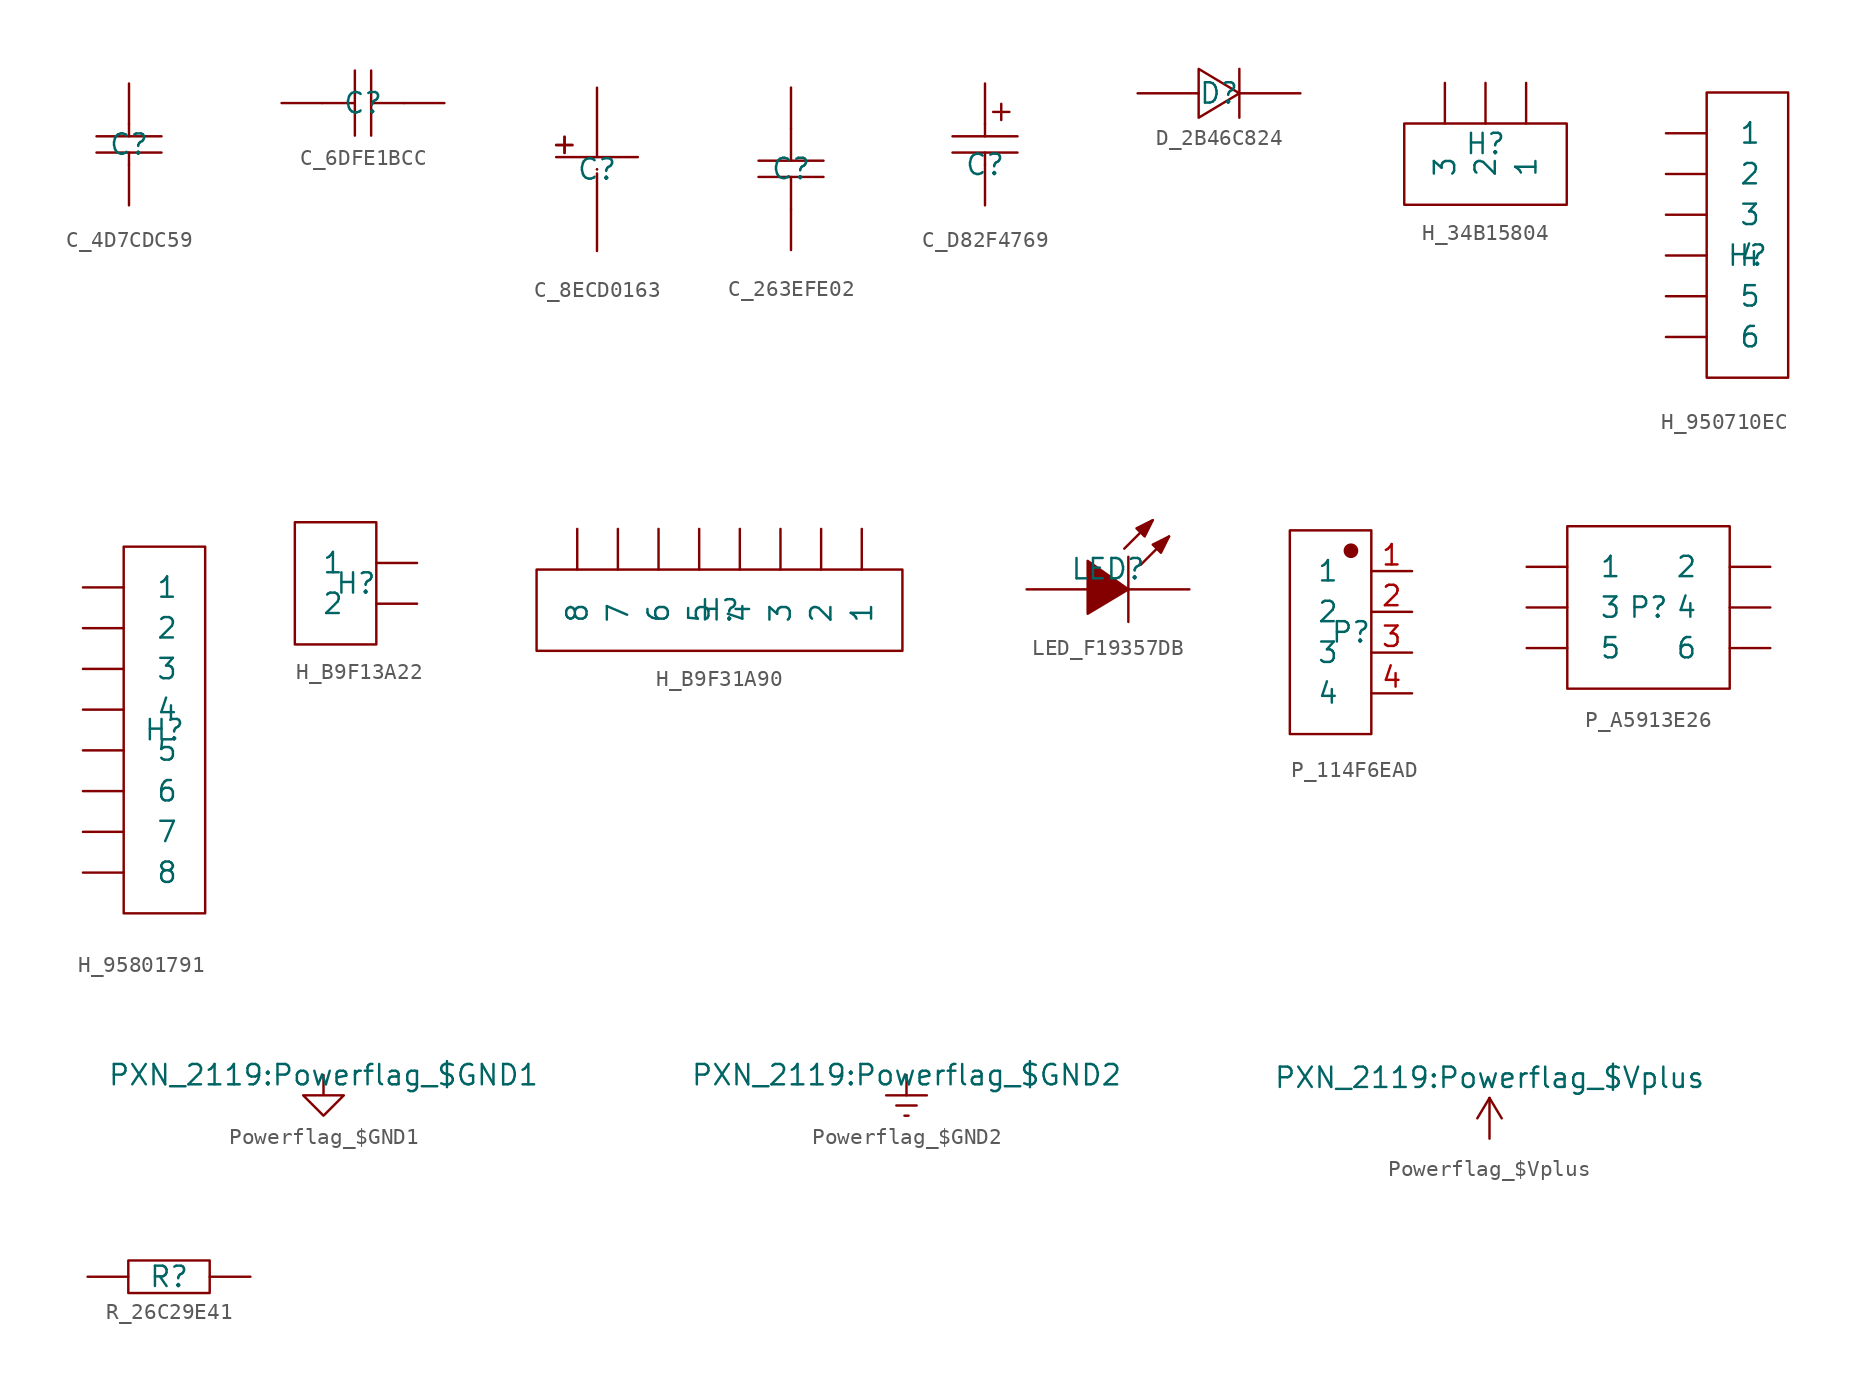
<source format=kicad_sym>
(kicad_symbol_lib
  (version 20211014)
  (generator kicad_symbol_editor)
  (symbol "C_4D7CDC59"
    (pin_numbers hide)
    (pin_names
      (offset 2) hide)
    (property "Reference" "C"
      (at 0 0 0)
      (effects (font (size 1.27 1.27))))
    (property "Value" ""
      (at 0 0 0)
      (effects (font (size 1.27 1.27))))
    (symbol "C_4D7CDC59_0_1"
      (polyline (pts (xy -2.032 -0.508) (xy 2.032 -0.508)) (stroke (width 0) (type default) (color 0 0 0 0)) (fill (type none)))
      (polyline (pts (xy -2.032 0.508) (xy 2.032 0.508)) (stroke (width 0) (type default) (color 0 0 0 0)) (fill (type none)))
      (polyline (pts (xy 0 -1.27) (xy 0 -0.508)) (stroke (width 0) (type default) (color 0 0 0 0)) (fill (type none)))
      (polyline (pts (xy 0 0.508) (xy 0 1.27)) (stroke (width 0) (type default) (color 0 0 0 0)) (fill (type none))))
    (symbol "C_4D7CDC59_1_1"
      (pin input line (at 0 -3.81 90) (length 2.54) (name "1" (effects (font (size 1.27 1.27)))) (number "1" (effects (font (size 1.27 1.27)))))
      (pin input line (at 0 3.81 270) (length 2.54) (name "2" (effects (font (size 1.27 1.27)))) (number "2" (effects (font (size 1.27 1.27)))))))
  (symbol "C_6DFE1BCC"
    (pin_numbers hide)
    (pin_names
      (offset 2) hide)
    (property "Reference" "C"
      (at 0 0 0)
      (effects (font (size 1.27 1.27))))
    (property "Value" ""
      (at 0 0 0)
      (effects (font (size 1.27 1.27))))
    (symbol "C_6DFE1BCC_0_1"
      (polyline (pts (xy -0.508 -2.032) (xy -0.508 2.032)) (stroke (width 0) (type default) (color 0 0 0 0)) (fill (type none)))
      (polyline (pts (xy -0.508 0) (xy -2.54 0)) (stroke (width 0) (type default) (color 0 0 0 0)) (fill (type none)))
      (polyline (pts (xy 0.508 2.032) (xy 0.508 -2.032)) (stroke (width 0) (type default) (color 0 0 0 0)) (fill (type none)))
      (polyline (pts (xy 2.54 0) (xy 0.508 0)) (stroke (width 0) (type default) (color 0 0 0 0)) (fill (type none))))
    (symbol "C_6DFE1BCC_1_1"
      (pin passive line (at -5.08 0 0) (length 2.54) (name "1" (effects (font (size 1.27 1.27)))) (number "1" (effects (font (size 1.27 1.27)))))
      (pin passive line (at 5.08 0 180) (length 2.54) (name "2" (effects (font (size 1.27 1.27)))) (number "2" (effects (font (size 1.27 1.27)))))))
  (symbol "C_8ECD0163"
    (pin_numbers hide)
    (pin_names
      (offset 2) hide)
    (property "Reference" "C"
      (at 0 0 0)
      (effects (font (size 1.27 1.27))))
    (property "Value" ""
      (at 0 0 0)
      (effects (font (size 1.27 1.27))))
    (symbol "C_8ECD0163_0_1"
      (rectangle (start -2.54 1.524) (end -1.524 1.499) (stroke (width 0) (type default) (color 0 0 0 0)) (fill (type outline)))
      (rectangle (start -2.032 2.032) (end -2.007 1.016) (stroke (width 0) (type default) (color 0 0 0 0)) (fill (type outline)))
      (arc (start 0 0) (mid 0 0) (end 0 0) (stroke (width 0) (type default) (color 0 0 0 0)) (fill (type none)))
      (arc (start 0 0) (mid 0 0) (end 0 0) (stroke (width 0) (type default) (color 0 0 0 0)) (fill (type none)))
      (polyline (pts (xy -2.54 0.762) (xy 2.54 0.762)) (stroke (width 0) (type default) (color 0 0 0 0)) (fill (type none))))
    (symbol "C_8ECD0163_1_1"
      (pin passive line (at 0 5.08 270) (length 4.318) (name "1" (effects (font (size 1.27 1.27)))) (number "1" (effects (font (size 1.27 1.27)))))
      (pin passive line (at 0 -5.08 90) (length 4.826) (name "2" (effects (font (size 1.27 1.27)))) (number "2" (effects (font (size 1.27 1.27)))))))
  (symbol "C_263EFE02"
    (pin_numbers hide)
    (pin_names
      (offset 2) hide)
    (property "Reference" "C"
      (at 0 0 0)
      (effects (font (size 1.27 1.27))))
    (property "Value" ""
      (at 0 0 0)
      (effects (font (size 1.27 1.27))))
    (symbol "C_263EFE02_0_1"
      (polyline (pts (xy -2.032 0.508) (xy 2.032 0.508)) (stroke (width 0) (type default) (color 0 0 0 0)) (fill (type none)))
      (polyline (pts (xy 0 -0.508) (xy 0 -2.54)) (stroke (width 0) (type default) (color 0 0 0 0)) (fill (type none)))
      (polyline (pts (xy 0 2.54) (xy 0 0.508)) (stroke (width 0) (type default) (color 0 0 0 0)) (fill (type none)))
      (polyline (pts (xy 2.032 -0.508) (xy -2.032 -0.508)) (stroke (width 0) (type default) (color 0 0 0 0)) (fill (type none))))
    (symbol "C_263EFE02_1_1"
      (pin passive line (at 0 -5.08 90) (length 2.54) (name "1" (effects (font (size 1.27 1.27)))) (number "1" (effects (font (size 1.27 1.27)))))
      (pin passive line (at 0 5.08 270) (length 2.54) (name "2" (effects (font (size 1.27 1.27)))) (number "2" (effects (font (size 1.27 1.27)))))))
  (symbol "C_D82F4769"
    (pin_numbers hide)
    (pin_names
      (offset 2) hide)
    (property "Reference" "C"
      (at 0 0 0)
      (effects (font (size 1.27 1.27))))
    (property "Value" ""
      (at 0 0 0)
      (effects (font (size 1.27 1.27))))
    (symbol "C_D82F4769_0_1"
      (polyline (pts (xy 0 0.762) (xy 0 0)) (stroke (width 0) (type default) (color 0 0 0 0)) (fill (type none)))
      (polyline (pts (xy 0 2.54) (xy 0 1.778)) (stroke (width 0) (type default) (color 0 0 0 0)) (fill (type none)))
      (polyline (pts (xy 1.016 3.81) (xy 1.016 2.794)) (stroke (width 0) (type default) (color 0 0 0 0)) (fill (type none)))
      (polyline (pts (xy 1.524 3.302) (xy 0.508 3.302)) (stroke (width 0) (type default) (color 0 0 0 0)) (fill (type none)))
      (polyline (pts (xy 2.032 0.762) (xy -2.032 0.762)) (stroke (width 0) (type default) (color 0 0 0 0)) (fill (type none)))
      (polyline (pts (xy 2.032 1.778) (xy -2.032 1.778)) (stroke (width 0) (type default) (color 0 0 0 0)) (fill (type none))))
    (symbol "C_D82F4769_1_1"
      (pin input line (at 0 5.08 270) (length 2.54) (name "1" (effects (font (size 1.27 1.27)))) (number "1" (effects (font (size 1.27 1.27)))))
      (pin input line (at 0 -2.54 90) (length 2.54) (name "2" (effects (font (size 1.27 1.27)))) (number "2" (effects (font (size 1.27 1.27)))))))
  (symbol "D_2B46C824"
    (pin_numbers hide)
    (pin_names
      (offset 2) hide)
    (property "Reference" "D"
      (at 0 0 0)
      (effects (font (size 1.27 1.27))))
    (property "Value" ""
      (at 0 0 0)
      (effects (font (size 1.27 1.27))))
    (symbol "D_2B46C824_0_1"
      (polyline (pts (xy 1.27 1.524) (xy 1.27 -1.524)) (stroke (width 0) (type default) (color 0 0 0 0)) (fill (type none)))
      (polyline (pts (xy -1.27 -1.524) (xy 1.27 0) (xy -1.27 1.524) (xy -1.27 -1.524)) (stroke (width 0) (type default) (color 0 0 0 0)) (fill (type none))))
    (symbol "D_2B46C824_1_1"
      (pin passive line (at -5.08 0 0) (length 3.81) (name "1" (effects (font (size 1.27 1.27)))) (number "1" (effects (font (size 1.27 1.27)))))
      (pin passive line (at 5.08 0 180) (length 3.81) (name "2" (effects (font (size 1.27 1.27)))) (number "2" (effects (font (size 1.27 1.27)))))))
  (symbol "H_34B15804"
    (pin_numbers hide)
    (pin_names
      (offset 2))
    (property "Reference" "H"
      (at 0 0 0)
      (effects (font (size 1.27 1.27))))
    (property "Value" ""
      (at 0 0 0)
      (effects (font (size 1.27 1.27))))
    (symbol "H_34B15804_0_1"
      (rectangle (start -5.08 1.27) (end 5.08 -3.81) (stroke (width 0) (type default) (color 0 0 0 0)) (fill (type none))))
    (symbol "H_34B15804_1_1"
      (pin input line (at 2.54 3.81 270) (length 2.54) (name "1" (effects (font (size 1.27 1.27)))) (number "1" (effects (font (size 1.27 1.27)))))
      (pin input line (at 0 3.81 270) (length 2.54) (name "2" (effects (font (size 1.27 1.27)))) (number "2" (effects (font (size 1.27 1.27)))))
      (pin input line (at -2.54 3.81 270) (length 2.54) (name "3" (effects (font (size 1.27 1.27)))) (number "3" (effects (font (size 1.27 1.27)))))))
  (symbol "H_950710EC"
    (pin_numbers hide)
    (pin_names
      (offset 2))
    (property "Reference" "H"
      (at 0 0 0)
      (effects (font (size 1.27 1.27))))
    (property "Value" ""
      (at 0 0 0)
      (effects (font (size 1.27 1.27))))
    (symbol "H_950710EC_0_1"
      (rectangle (start -2.54 10.16) (end 2.54 -7.62) (stroke (width 0) (type default) (color 0 0 0 0)) (fill (type none))))
    (symbol "H_950710EC_1_1"
      (pin input line (at -5.08 7.62 0) (length 2.54) (name "1" (effects (font (size 1.27 1.27)))) (number "1" (effects (font (size 1.27 1.27)))))
      (pin input line (at -5.08 5.08 0) (length 2.54) (name "2" (effects (font (size 1.27 1.27)))) (number "2" (effects (font (size 1.27 1.27)))))
      (pin input line (at -5.08 2.54 0) (length 2.54) (name "3" (effects (font (size 1.27 1.27)))) (number "3" (effects (font (size 1.27 1.27)))))
      (pin input line (at -5.08 0 0) (length 2.54) (name "4" (effects (font (size 1.27 1.27)))) (number "4" (effects (font (size 1.27 1.27)))))
      (pin input line (at -5.08 -2.54 0) (length 2.54) (name "5" (effects (font (size 1.27 1.27)))) (number "5" (effects (font (size 1.27 1.27)))))
      (pin input line (at -5.08 -5.08 0) (length 2.54) (name "6" (effects (font (size 1.27 1.27)))) (number "6" (effects (font (size 1.27 1.27)))))))
  (symbol "H_95801791"
    (pin_numbers hide)
    (pin_names
      (offset 2))
    (property "Reference" "H"
      (at 0 0 0)
      (effects (font (size 1.27 1.27))))
    (property "Value" ""
      (at 0 0 0)
      (effects (font (size 1.27 1.27))))
    (symbol "H_95801791_0_1"
      (rectangle (start -2.54 11.43) (end 2.54 -11.43) (stroke (width 0) (type default) (color 0 0 0 0)) (fill (type none))))
    (symbol "H_95801791_1_1"
      (pin passive line (at -5.08 8.89 0) (length 2.54) (name "1" (effects (font (size 1.27 1.27)))) (number "1" (effects (font (size 1.27 1.27)))))
      (pin passive line (at -5.08 6.35 0) (length 2.54) (name "2" (effects (font (size 1.27 1.27)))) (number "2" (effects (font (size 1.27 1.27)))))
      (pin passive line (at -5.08 3.81 0) (length 2.54) (name "3" (effects (font (size 1.27 1.27)))) (number "3" (effects (font (size 1.27 1.27)))))
      (pin passive line (at -5.08 1.27 0) (length 2.54) (name "4" (effects (font (size 1.27 1.27)))) (number "4" (effects (font (size 1.27 1.27)))))
      (pin passive line (at -5.08 -1.27 0) (length 2.54) (name "5" (effects (font (size 1.27 1.27)))) (number "5" (effects (font (size 1.27 1.27)))))
      (pin passive line (at -5.08 -3.81 0) (length 2.54) (name "6" (effects (font (size 1.27 1.27)))) (number "6" (effects (font (size 1.27 1.27)))))
      (pin passive line (at -5.08 -6.35 0) (length 2.54) (name "7" (effects (font (size 1.27 1.27)))) (number "7" (effects (font (size 1.27 1.27)))))
      (pin passive line (at -5.08 -8.89 0) (length 2.54) (name "8" (effects (font (size 1.27 1.27)))) (number "8" (effects (font (size 1.27 1.27)))))))
  (symbol "H_B9F13A22"
    (pin_numbers hide)
    (pin_names
      (offset 2))
    (property "Reference" "H"
      (at 0 0 0)
      (effects (font (size 1.27 1.27))))
    (property "Value" ""
      (at 0 0 0)
      (effects (font (size 1.27 1.27))))
    (symbol "H_B9F13A22_0_1"
      (rectangle (start -3.81 3.81) (end 1.27 -3.81) (stroke (width 0) (type default) (color 0 0 0 0)) (fill (type none))))
    (symbol "H_B9F13A22_1_1"
      (pin input line (at 3.81 1.27 180) (length 2.54) (name "1" (effects (font (size 1.27 1.27)))) (number "1" (effects (font (size 1.27 1.27)))))
      (pin input line (at 3.81 -1.27 180) (length 2.54) (name "2" (effects (font (size 1.27 1.27)))) (number "2" (effects (font (size 1.27 1.27)))))))
  (symbol "H_B9F31A90"
    (pin_numbers hide)
    (pin_names
      (offset 2))
    (property "Reference" "H"
      (at 0 0 0)
      (effects (font (size 1.27 1.27))))
    (property "Value" ""
      (at 0 0 0)
      (effects (font (size 1.27 1.27))))
    (symbol "H_B9F31A90_0_1"
      (rectangle (start -11.43 2.54) (end 11.43 -2.54) (stroke (width 0) (type default) (color 0 0 0 0)) (fill (type none))))
    (symbol "H_B9F31A90_1_1"
      (pin passive line (at 8.89 5.08 270) (length 2.54) (name "1" (effects (font (size 1.27 1.27)))) (number "1" (effects (font (size 1.27 1.27)))))
      (pin passive line (at 6.35 5.08 270) (length 2.54) (name "2" (effects (font (size 1.27 1.27)))) (number "2" (effects (font (size 1.27 1.27)))))
      (pin passive line (at 3.81 5.08 270) (length 2.54) (name "3" (effects (font (size 1.27 1.27)))) (number "3" (effects (font (size 1.27 1.27)))))
      (pin passive line (at 1.27 5.08 270) (length 2.54) (name "4" (effects (font (size 1.27 1.27)))) (number "4" (effects (font (size 1.27 1.27)))))
      (pin passive line (at -1.27 5.08 270) (length 2.54) (name "5" (effects (font (size 1.27 1.27)))) (number "5" (effects (font (size 1.27 1.27)))))
      (pin passive line (at -3.81 5.08 270) (length 2.54) (name "6" (effects (font (size 1.27 1.27)))) (number "6" (effects (font (size 1.27 1.27)))))
      (pin passive line (at -6.35 5.08 270) (length 2.54) (name "7" (effects (font (size 1.27 1.27)))) (number "7" (effects (font (size 1.27 1.27)))))
      (pin passive line (at -8.89 5.08 270) (length 2.54) (name "8" (effects (font (size 1.27 1.27)))) (number "8" (effects (font (size 1.27 1.27)))))))
  (symbol "LED_F19357DB"
    (pin_numbers hide)
    (pin_names
      (offset 2) hide)
    (property "Reference" "LED"
      (at 0 0 0)
      (effects (font (size 1.27 1.27))))
    (property "Value" ""
      (at 0 0 0)
      (effects (font (size 1.27 1.27))))
    (symbol "LED_F19357DB_0_1"
      (polyline (pts (xy 1.016 1.27) (xy 2.794 3.048)) (stroke (width 0) (type default) (color 0 0 0 0)) (fill (type none)))
      (polyline (pts (xy 1.27 0.762) (xy 1.27 -3.302)) (stroke (width 0) (type default) (color 0 0 0 0)) (fill (type none)))
      (polyline (pts (xy 2.032 0.254) (xy 3.81 2.032)) (stroke (width 0) (type default) (color 0 0 0 0)) (fill (type none)))
      (polyline (pts (xy -1.27 -2.794) (xy 1.27 -1.27) (xy -1.27 0.508) (xy -1.27 -2.794)) (stroke (width 0) (type default) (color 0 0 0 0)) (fill (type outline)))
      (polyline (pts (xy 2.794 3.048) (xy 1.778 2.54) (xy 2.286 2.032) (xy 2.794 3.048)) (stroke (width 0) (type default) (color 0 0 0 0)) (fill (type outline)))
      (polyline (pts (xy 3.81 2.032) (xy 2.794 1.524) (xy 3.302 1.016) (xy 3.81 2.032)) (stroke (width 0) (type default) (color 0 0 0 0)) (fill (type outline))))
    (symbol "LED_F19357DB_1_1"
      (pin passive line (at -5.08 -1.27 0) (length 3.81) (name "A" (effects (font (size 1.27 1.27)))) (number "1" (effects (font (size 1.27 1.27)))))
      (pin passive line (at 5.08 -1.27 180) (length 3.81) (name "K" (effects (font (size 1.27 1.27)))) (number "2" (effects (font (size 1.27 1.27)))))))
  (symbol "P_114F6EAD"
    (pin_names
      (offset 2))
    (property "Reference" "P"
      (at 0 0 0)
      (effects (font (size 1.27 1.27))))
    (property "Value" ""
      (at 0 0 0)
      (effects (font (size 1.27 1.27))))
    (symbol "P_114F6EAD_0_1"
      (rectangle (start -3.81 6.35) (end 1.27 -6.35) (stroke (width 0) (type default) (color 0 0 0 0)) (fill (type none)))
      (circle (center 0 5.08) (radius 0.381) (stroke (width 0) (type default) (color 0 0 0 0)) (fill (type outline))))
    (symbol "P_114F6EAD_1_1"
      (pin passive line (at 3.81 3.81 180) (length 2.54) (name "1" (effects (font (size 1.27 1.27)))) (number "1" (effects (font (size 1.27 1.27)))))
      (pin passive line (at 3.81 1.27 180) (length 2.54) (name "2" (effects (font (size 1.27 1.27)))) (number "2" (effects (font (size 1.27 1.27)))))
      (pin passive line (at 3.81 -1.27 180) (length 2.54) (name "3" (effects (font (size 1.27 1.27)))) (number "3" (effects (font (size 1.27 1.27)))))
      (pin passive line (at 3.81 -3.81 180) (length 2.54) (name "4" (effects (font (size 1.27 1.27)))) (number "4" (effects (font (size 1.27 1.27)))))))
  (symbol "P_A5913E26"
    (pin_numbers hide)
    (pin_names
      (offset 2))
    (property "Reference" "P"
      (at 0 0 0)
      (effects (font (size 1.27 1.27))))
    (symbol "P_A5913E26_0_1"
      (rectangle (start -5.08 5.08) (end 5.08 -5.08) (stroke (width 0) (type default) (color 0 0 0 0)) (fill (type none))))
    (symbol "P_A5913E26_1_1"
      (pin passive line (at -7.62 2.54 0) (length 2.54) (name "1" (effects (font (size 1.27 1.27)))) (number "1" (effects (font (size 1.27 1.27)))))
      (pin passive line (at 7.62 2.54 180) (length 2.54) (name "2" (effects (font (size 1.27 1.27)))) (number "2" (effects (font (size 1.27 1.27)))))
      (pin passive line (at -7.62 0 0) (length 2.54) (name "3" (effects (font (size 1.27 1.27)))) (number "3" (effects (font (size 1.27 1.27)))))
      (pin passive line (at 7.62 0 180) (length 2.54) (name "4" (effects (font (size 1.27 1.27)))) (number "4" (effects (font (size 1.27 1.27)))))
      (pin passive line (at -7.62 -2.54 0) (length 2.54) (name "5" (effects (font (size 1.27 1.27)))) (number "5" (effects (font (size 1.27 1.27)))))
      (pin passive line (at 7.62 -2.54 180) (length 2.54) (name "6" (effects (font (size 1.27 1.27)))) (number "6" (effects (font (size 1.27 1.27)))))))
  (symbol "Powerflag_$GND1"
    (power)
    (pin_names
      (offset 0))
    (property "Reference" "#PWR"
      (at 0 0 0)
      (effects (font (size 1.27 1.27)) hide))
    (property "Value" "PXN_2119:Powerflag_$GND1"
      (at 0 0 0)
      (effects (font (size 1.27 1.27))))
    (symbol "Powerflag_$GND1_0_1"
      (polyline (pts (xy 0 0) (xy 0 -1.27) (xy 1.27 -1.27) (xy 0 -2.54) (xy -1.27 -1.27) (xy 0 -1.27)) (stroke (width 0) (type default) (color 0 0 0 0)) (fill (type none))))
    (symbol "Powerflag_$GND1_1_1"
      (pin power_in line (at 0 0 0) (length 0) hide (name "GND" (effects (font (size 1.27 1.27)))) (number "1" (effects (font (size 1.27 1.27)))))))
  (symbol "Powerflag_$GND2"
    (power)
    (pin_names
      (offset 0))
    (property "Reference" "#PWR"
      (at 0 0 0)
      (effects (font (size 1.27 1.27)) hide))
    (property "Value" "PXN_2119:Powerflag_$GND2"
      (at 0 0 0)
      (effects (font (size 1.27 1.27))))
    (symbol "Powerflag_$GND2_0_1"
      (polyline (pts (xy -0.635 -1.905) (xy 0.635 -1.905)) (stroke (width 0) (type default) (color 0 0 0 0)) (fill (type none)))
      (polyline (pts (xy -0.127 -2.54) (xy 0.127 -2.54)) (stroke (width 0) (type default) (color 0 0 0 0)) (fill (type none)))
      (polyline (pts (xy 0 -1.27) (xy 0 0)) (stroke (width 0) (type default) (color 0 0 0 0)) (fill (type none)))
      (polyline (pts (xy 1.27 -1.27) (xy -1.27 -1.27)) (stroke (width 0) (type default) (color 0 0 0 0)) (fill (type none))))
    (symbol "Powerflag_$GND2_1_1"
      (pin power_in line (at 0 0 0) (length 0) hide (name "GND" (effects (font (size 1.27 1.27)))) (number "1" (effects (font (size 1.27 1.27)))))))
  (symbol "Powerflag_$Vplus"
    (power)
    (pin_names
      (offset 0))
    (property "Reference" "#PWR"
      (at 0 0 0)
      (effects (font (size 1.27 1.27)) hide))
    (property "Value" "PXN_2119:Powerflag_$Vplus"
      (at 0 3.81 0)
      (effects (font (size 1.27 1.27))))
    (symbol "Powerflag_$Vplus_0_1"
      (polyline (pts (xy -0.762 1.27) (xy 0 2.54)) (stroke (width 0) (type default) (color 0 0 0 0)) (fill (type none)))
      (polyline (pts (xy 0 0) (xy 0 2.54)) (stroke (width 0) (type default) (color 0 0 0 0)) (fill (type none)))
      (polyline (pts (xy 0 2.54) (xy 0.762 1.27)) (stroke (width 0) (type default) (color 0 0 0 0)) (fill (type none))))
    (symbol "Powerflag_$Vplus_1_1"
      (pin power_in line (at 0 0 0) (length 0) hide (name "VCC" (effects (font (size 1.27 1.27)))) (number "1" (effects (font (size 1.27 1.27)))))))
  (symbol "R_26C29E41"
    (pin_numbers hide)
    (pin_names
      (offset 2) hide)
    (property "Reference" "R"
      (at 0 0 0)
      (effects (font (size 1.27 1.27))))
    (property "Value" ""
      (at 0 0 0)
      (effects (font (size 1.27 1.27))))
    (symbol "R_26C29E41_0_1"
      (rectangle (start -2.54 1.016) (end 2.54 -1.016) (stroke (width 0) (type default) (color 0 0 0 0)) (fill (type none))))
    (symbol "R_26C29E41_1_1"
      (pin input line (at -5.08 0 0) (length 2.54) (name "1" (effects (font (size 1.27 1.27)))) (number "1" (effects (font (size 1.27 1.27)))))
      (pin input line (at 5.08 0 180) (length 2.54) (name "2" (effects (font (size 1.27 1.27)))) (number "2" (effects (font (size 1.27 1.27))))))))
</source>
